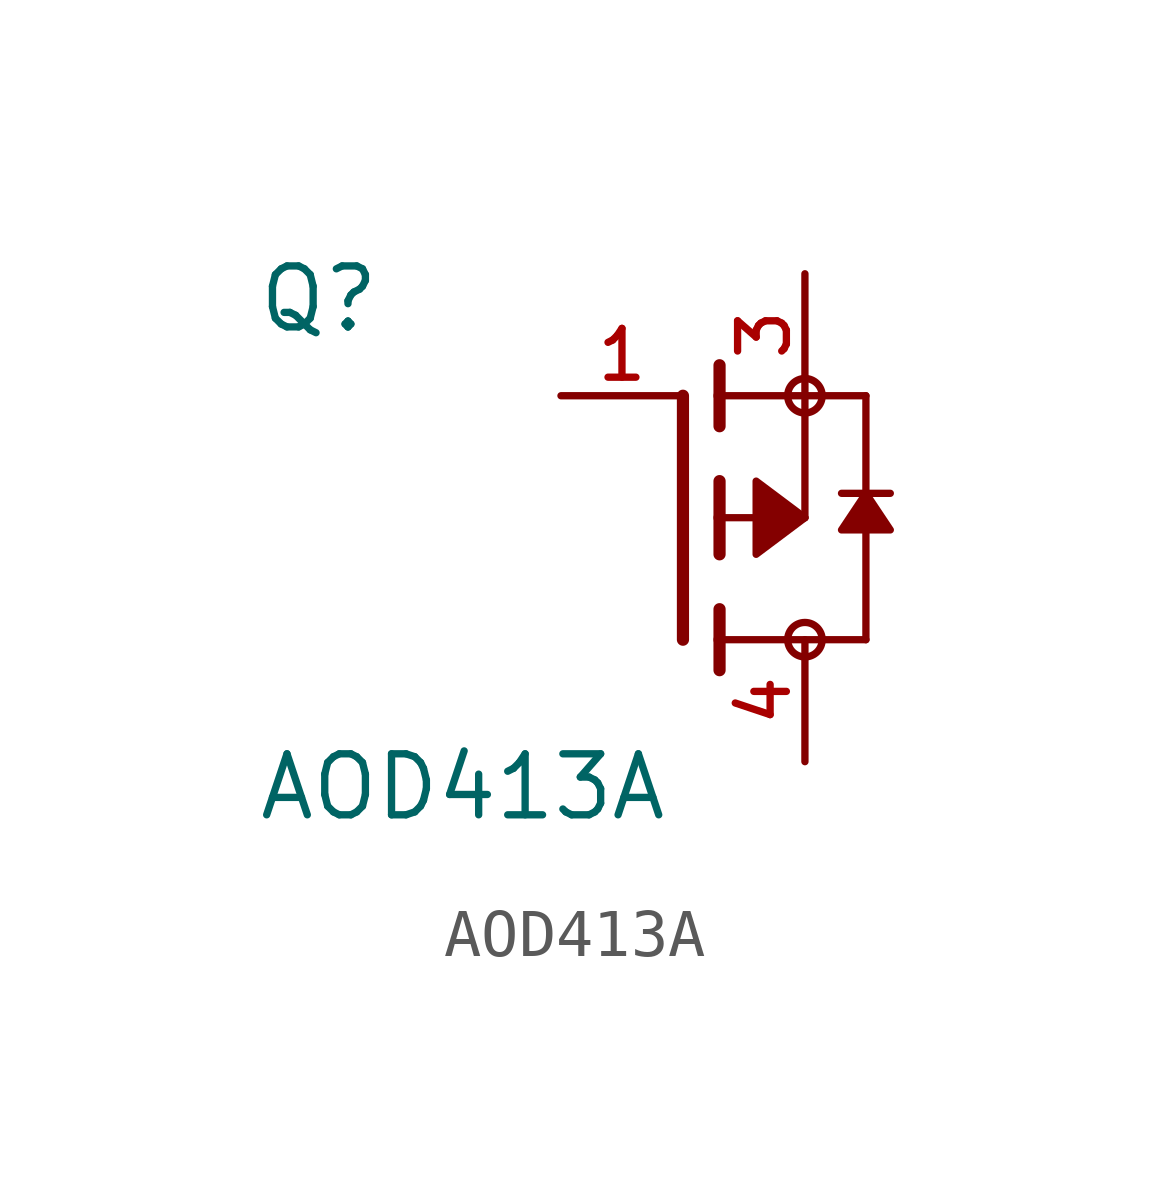
<source format=kicad_sym>
(kicad_symbol_lib
  (version 20211014)
  (generator kicad_symbol_editor)
  (symbol "AOD413A"
    (pin_names
      (offset 1.016))
    (property "Reference" "Q"
      (at -8.89 3.81 0)
      (effects (font (size 1.27 1.27)) (justify bottom left)))
    (property "Value" "AOD413A"
      (at -8.89 -6.35 0)
      (effects (font (size 1.27 1.27)) (justify bottom left)))
    (symbol "AOD413A_0_0"
      (polyline (pts (xy 0.762 -0.762) (xy 0.762 0.0)) (stroke (width 0.254)))
      (polyline (pts (xy 0.762 0.0) (xy 0.762 0.762)) (stroke (width 0.254)))
      (polyline (pts (xy 0.762 -3.175) (xy 0.762 -2.54)) (stroke (width 0.254)))
      (polyline (pts (xy 0.762 -2.54) (xy 0.762 -1.905)) (stroke (width 0.254)))
      (polyline (pts (xy 0.762 0.0) (xy 2.54 0.0)) (stroke (width 0.152)))
      (polyline (pts (xy 2.54 0.0) (xy 2.54 2.54)) (stroke (width 0.152)))
      (polyline (pts (xy 0.762 1.905) (xy 0.762 2.54)) (stroke (width 0.254)))
      (polyline (pts (xy 0.762 2.54) (xy 0.762 3.175)) (stroke (width 0.254)))
      (polyline (pts (xy 0.0 -2.54) (xy 0.0 2.54)) (stroke (width 0.254)))
      (polyline (pts (xy 2.54 2.54) (xy 0.762 2.54)) (stroke (width 0.152)))
      (polyline (pts (xy 3.81 -2.54) (xy 3.81 0.508)) (stroke (width 0.152)))
      (polyline (pts (xy 3.81 0.508) (xy 3.81 2.54)) (stroke (width 0.152)))
      (polyline (pts (xy 2.54 2.54) (xy 3.81 2.54)) (stroke (width 0.152)))
      (polyline (pts (xy 0.762 -2.54) (xy 3.81 -2.54)) (stroke (width 0.152)))
      (polyline (pts (xy 3.302 0.508) (xy 3.81 0.508)) (stroke (width 0.152)))
      (polyline (pts (xy 3.81 0.508) (xy 4.318 0.508)) (stroke (width 0.152)))
      (circle (center 2.54 2.54) (radius 0.359) (stroke (width 0.0)) (fill (type none)))
      (circle (center 2.54 -2.54) (radius 0.359) (stroke (width 0.0)) (fill (type none)))
      (polyline (pts (xy 3.81 0.508) (xy 4.318 -0.254) (xy 3.302 -0.254) (xy 3.81 0.508)) (stroke (width 0.152)) (fill (type outline)))
      (polyline (pts (xy 2.54 0.0) (xy 1.524 0.762) (xy 1.524 -0.762) (xy 2.54 0.0)) (stroke (width 0.152)) (fill (type outline)))
      (pin passive line (at 2.54 5.08 270.0) (length 2.54) (name "~" (effects (font (size 1.016 1.016)))) (number "3" (effects (font (size 1.016 1.016)))))
      (pin passive line (at -2.54 2.54 0) (length 2.54) (name "~" (effects (font (size 1.016 1.016)))) (number "1" (effects (font (size 1.016 1.016)))))
      (pin passive line (at 2.54 -5.08 90.0) (length 2.54) (name "~" (effects (font (size 1.016 1.016)))) (number "4" (effects (font (size 1.016 1.016))))))))
</source>
